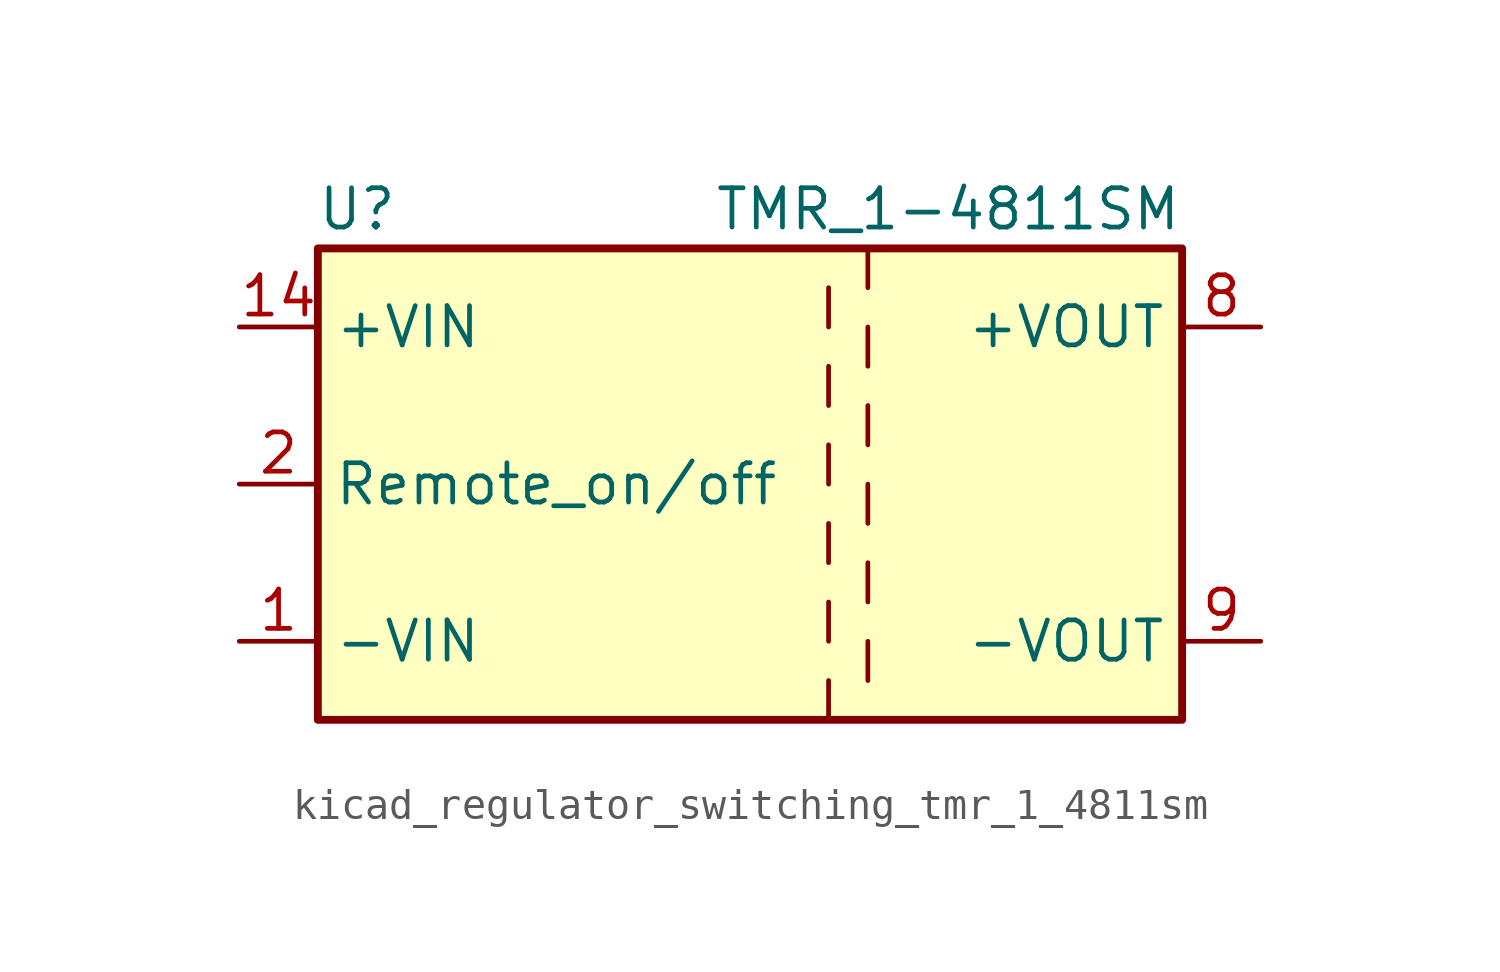
<source format=kicad_sym>
(kicad_symbol_lib
  (version 20220914)
  (generator kicad_symbol_editor)
  (symbol "kicad_regulator_switching_tmr_1_4811sm"
    (property "Reference" "U"
      (at -16.51 8.89 0)
      (effects (font (size 1.27 1.27))))
    (property "Value" "TMR_1-4811SM"
      (at 10.16 8.89 0)
      (effects (font (size 1.27 1.27)) (justify right)))
    (symbol "kicad_regulator_switching_tmr_1_4811sm_0_1"
      (rectangle (start -17.78 7.62) (end 10.16 -7.62) (stroke (width 0.254) (type default)) (fill (type background)))
      (polyline (pts (xy -1.27 -6.35) (xy -1.27 -7.62)) (stroke (width 0) (type default)) (fill (type none)))
      (polyline (pts (xy -1.27 -3.81) (xy -1.27 -5.08)) (stroke (width 0) (type default)) (fill (type none)))
      (polyline (pts (xy -1.27 -1.27) (xy -1.27 -2.54)) (stroke (width 0) (type default)) (fill (type none)))
      (polyline (pts (xy -1.27 1.27) (xy -1.27 0)) (stroke (width 0) (type default)) (fill (type none)))
      (polyline (pts (xy -1.27 3.81) (xy -1.27 2.54)) (stroke (width 0) (type default)) (fill (type none)))
      (polyline (pts (xy -1.27 6.35) (xy -1.27 5.08)) (stroke (width 0) (type default)) (fill (type none)))
      (polyline (pts (xy 0 -5.08) (xy 0 -6.35)) (stroke (width 0) (type default)) (fill (type none)))
      (polyline (pts (xy 0 -2.54) (xy 0 -3.81)) (stroke (width 0) (type default)) (fill (type none)))
      (polyline (pts (xy 0 0) (xy 0 -1.27)) (stroke (width 0) (type default)) (fill (type none)))
      (polyline (pts (xy 0 2.54) (xy 0 1.27)) (stroke (width 0) (type default)) (fill (type none)))
      (polyline (pts (xy 0 5.08) (xy 0 3.81)) (stroke (width 0) (type default)) (fill (type none)))
      (polyline (pts (xy 0 7.62) (xy 0 6.35)) (stroke (width 0) (type default)) (fill (type none))))
    (symbol "kicad_regulator_switching_tmr_1_4811sm_1_1"
      (pin power_in line (at -20.32 -5.08 0) (length 2.54) (name "-VIN" (effects (font (size 1.27 1.27)))) (number "1" (effects (font (size 1.27 1.27)))))
      (pin power_in line (at -20.32 5.08 0) (length 2.54) (name "+VIN" (effects (font (size 1.27 1.27)))) (number "14" (effects (font (size 1.27 1.27)))))
      (pin input line (at -20.32 0 0) (length 2.54) (name "Remote_on/off" (effects (font (size 1.27 1.27)))) (number "2" (effects (font (size 1.27 1.27)))))
      (pin no_connect line (at 10.16 2.54 180) (length 2.54) hide (name "NC" (effects (font (size 1.27 1.27)))) (number "6" (effects (font (size 1.27 1.27)))))
      (pin no_connect line (at 10.16 -2.54 180) (length 2.54) hide (name "NC" (effects (font (size 1.27 1.27)))) (number "7" (effects (font (size 1.27 1.27)))))
      (pin power_out line (at 12.7 5.08 180) (length 2.54) (name "+VOUT" (effects (font (size 1.27 1.27)))) (number "8" (effects (font (size 1.27 1.27)))))
      (pin power_out line (at 12.7 -5.08 180) (length 2.54) (name "-VOUT" (effects (font (size 1.27 1.27)))) (number "9" (effects (font (size 1.27 1.27))))))))
</source>
